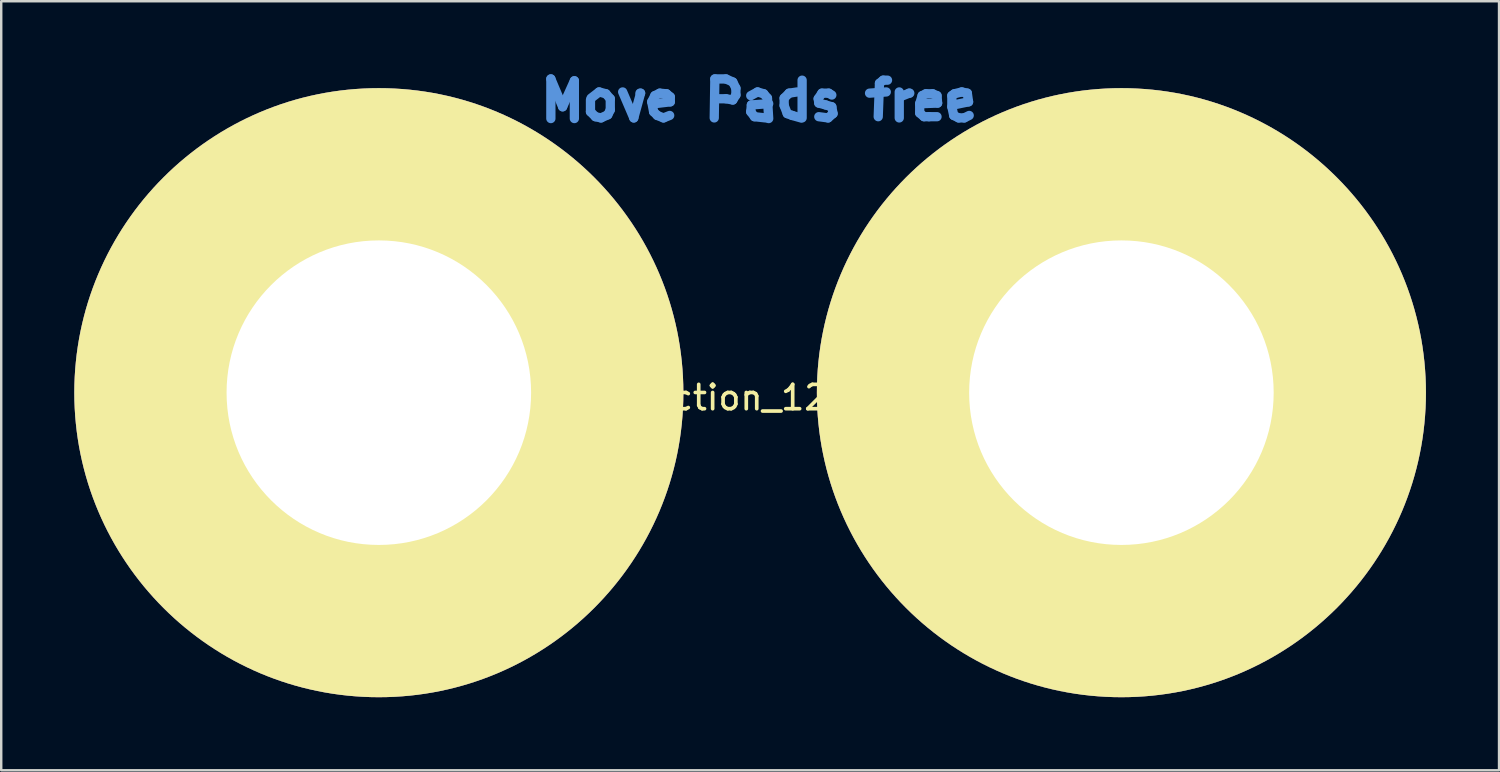
<source format=kicad_pcb>
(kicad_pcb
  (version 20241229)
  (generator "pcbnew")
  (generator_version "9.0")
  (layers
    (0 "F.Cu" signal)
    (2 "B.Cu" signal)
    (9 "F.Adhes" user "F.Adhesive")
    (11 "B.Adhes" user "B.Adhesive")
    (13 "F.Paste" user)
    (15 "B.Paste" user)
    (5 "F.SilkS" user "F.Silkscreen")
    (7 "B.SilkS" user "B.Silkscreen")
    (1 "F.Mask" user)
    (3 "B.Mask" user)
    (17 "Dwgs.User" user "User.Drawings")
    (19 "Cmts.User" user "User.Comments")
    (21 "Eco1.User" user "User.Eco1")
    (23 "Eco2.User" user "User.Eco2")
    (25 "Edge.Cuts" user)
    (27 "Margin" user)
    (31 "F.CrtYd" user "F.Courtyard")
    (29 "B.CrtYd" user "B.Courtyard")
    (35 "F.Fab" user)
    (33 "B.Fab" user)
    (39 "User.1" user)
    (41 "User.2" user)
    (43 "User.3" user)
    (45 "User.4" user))
  (footprint "WireConnection_12.5mmDrill"
    (layer "F.Cu")
    (at 27.74 13.068)
    (property "Reference" "WireConnection_12.5mmDrill" (at -0.229 0.203 0) (layer "F.SilkS") (effects (font (size 1 1) (thickness 0.15))))
    (attr through_hole)
    (fp_line (start -8.179 -12.878) (end -7.696 -11.735) (stroke (width 0.381) (type solid)) (layer "Cmts.User"))
    (fp_line (start -8.179 -11.252) (end -8.179 -12.878) (stroke (width 0.381) (type solid)) (layer "Cmts.User"))
    (fp_line (start -7.696 -11.735) (end -7.214 -12.802) (stroke (width 0.381) (type solid)) (layer "Cmts.User"))
    (fp_line (start -7.214 -12.802) (end -7.214 -11.252) (stroke (width 0.381) (type solid)) (layer "Cmts.User"))
    (fp_line (start -6.553 -12.014) (end -6.553 -11.532) (stroke (width 0.381) (type solid)) (layer "Cmts.User"))
    (fp_line (start -6.553 -11.532) (end -6.35 -11.328) (stroke (width 0.381) (type solid)) (layer "Cmts.User"))
    (fp_line (start -6.35 -11.328) (end -6.121 -11.278) (stroke (width 0.381) (type solid)) (layer "Cmts.User"))
    (fp_line (start -6.198 -12.344) (end -6.528 -12.09) (stroke (width 0.381) (type solid)) (layer "Cmts.User"))
    (fp_line (start -6.121 -11.278) (end -5.842 -11.405) (stroke (width 0.381) (type solid)) (layer "Cmts.User"))
    (fp_line (start -5.918 -12.268) (end -6.198 -12.344) (stroke (width 0.381) (type solid)) (layer "Cmts.User"))
    (fp_line (start -5.842 -11.405) (end -5.74 -11.608) (stroke (width 0.381) (type solid)) (layer "Cmts.User"))
    (fp_line (start -5.74 -12.065) (end -5.918 -12.268) (stroke (width 0.381) (type solid)) (layer "Cmts.User"))
    (fp_line (start -5.74 -11.608) (end -5.74 -12.065) (stroke (width 0.381) (type solid)) (layer "Cmts.User"))
    (fp_line (start -5.232 -12.344) (end -4.775 -11.278) (stroke (width 0.381) (type solid)) (layer "Cmts.User"))
    (fp_line (start -4.775 -11.278) (end -4.496 -12.294) (stroke (width 0.381) (type solid)) (layer "Cmts.User"))
    (fp_line (start -4.496 -12.294) (end -4.521 -12.294) (stroke (width 0.381) (type solid)) (layer "Cmts.User"))
    (fp_line (start -4.039 -11.938) (end -3.912 -12.192) (stroke (width 0.381) (type solid)) (layer "Cmts.User"))
    (fp_line (start -3.962 -11.532) (end -4.039 -11.938) (stroke (width 0.381) (type solid)) (layer "Cmts.User"))
    (fp_line (start -3.912 -12.192) (end -3.708 -12.294) (stroke (width 0.381) (type solid)) (layer "Cmts.User"))
    (fp_line (start -3.81 -11.379) (end -3.962 -11.532) (stroke (width 0.381) (type solid)) (layer "Cmts.User"))
    (fp_line (start -3.708 -12.294) (end -3.429 -12.268) (stroke (width 0.381) (type solid)) (layer "Cmts.User"))
    (fp_line (start -3.556 -11.278) (end -3.81 -11.379) (stroke (width 0.381) (type solid)) (layer "Cmts.User"))
    (fp_line (start -3.429 -12.268) (end -3.277 -12.141) (stroke (width 0.381) (type solid)) (layer "Cmts.User"))
    (fp_line (start -3.302 -11.379) (end -3.556 -11.278) (stroke (width 0.381) (type solid)) (layer "Cmts.User"))
    (fp_line (start -3.277 -12.141) (end -3.277 -11.938) (stroke (width 0.381) (type solid)) (layer "Cmts.User"))
    (fp_line (start -3.277 -11.938) (end -3.912 -11.862) (stroke (width 0.381) (type solid)) (layer "Cmts.User"))
    (fp_line (start -1.473 -11.278) (end -1.448 -12.878) (stroke (width 0.381) (type solid)) (layer "Cmts.User"))
    (fp_line (start -1.448 -12.878) (end -0.991 -12.878) (stroke (width 0.381) (type solid)) (layer "Cmts.User"))
    (fp_line (start -0.991 -12.878) (end -0.711 -12.751) (stroke (width 0.381) (type solid)) (layer "Cmts.User"))
    (fp_line (start -0.991 -12.065) (end -1.448 -12.065) (stroke (width 0.381) (type solid)) (layer "Cmts.User"))
    (fp_line (start -0.711 -12.751) (end -0.584 -12.497) (stroke (width 0.381) (type solid)) (layer "Cmts.User"))
    (fp_line (start -0.711 -12.014) (end -0.991 -12.065) (stroke (width 0.381) (type solid)) (layer "Cmts.User"))
    (fp_line (start -0.584 -12.497) (end -0.584 -12.217) (stroke (width 0.381) (type solid)) (layer "Cmts.User"))
    (fp_line (start -0.584 -12.217) (end -0.711 -12.014) (stroke (width 0.381) (type solid)) (layer "Cmts.User"))
    (fp_line (start 0.025 -12.192) (end 0.305 -12.344) (stroke (width 0.381) (type solid)) (layer "Cmts.User"))
    (fp_line (start 0.025 -11.532) (end 0.051 -11.811) (stroke (width 0.381) (type solid)) (layer "Cmts.User"))
    (fp_line (start 0.051 -11.811) (end 0.762 -11.862) (stroke (width 0.381) (type solid)) (layer "Cmts.User"))
    (fp_line (start 0.178 -11.328) (end 0.025 -11.532) (stroke (width 0.381) (type solid)) (layer "Cmts.User"))
    (fp_line (start 0.305 -12.344) (end 0.559 -12.268) (stroke (width 0.381) (type solid)) (layer "Cmts.User"))
    (fp_line (start 0.559 -12.268) (end 0.711 -12.09) (stroke (width 0.381) (type solid)) (layer "Cmts.User"))
    (fp_line (start 0.635 -11.278) (end 0.178 -11.328) (stroke (width 0.381) (type solid)) (layer "Cmts.User"))
    (fp_line (start 0.711 -12.09) (end 0.762 -11.252) (stroke (width 0.381) (type solid)) (layer "Cmts.User"))
    (fp_line (start 1.397 -12.09) (end 1.6 -12.294) (stroke (width 0.381) (type solid)) (layer "Cmts.User"))
    (fp_line (start 1.397 -11.786) (end 1.397 -12.09) (stroke (width 0.381) (type solid)) (layer "Cmts.User"))
    (fp_line (start 1.524 -11.455) (end 1.397 -11.786) (stroke (width 0.381) (type solid)) (layer "Cmts.User"))
    (fp_line (start 1.6 -12.294) (end 1.93 -12.344) (stroke (width 0.381) (type solid)) (layer "Cmts.User"))
    (fp_line (start 1.727 -11.379) (end 1.524 -11.455) (stroke (width 0.381) (type solid)) (layer "Cmts.User"))
    (fp_line (start 2.083 -11.278) (end 1.727 -11.379) (stroke (width 0.381) (type solid)) (layer "Cmts.User"))
    (fp_line (start 2.134 -12.827) (end 2.134 -11.278) (stroke (width 0.381) (type solid)) (layer "Cmts.User"))
    (fp_line (start 2.794 -12.065) (end 2.819 -11.887) (stroke (width 0.381) (type solid)) (layer "Cmts.User"))
    (fp_line (start 2.819 -11.887) (end 3.099 -11.811) (stroke (width 0.381) (type solid)) (layer "Cmts.User"))
    (fp_line (start 2.946 -12.294) (end 2.794 -12.065) (stroke (width 0.381) (type solid)) (layer "Cmts.User"))
    (fp_line (start 3.099 -11.811) (end 3.353 -11.735) (stroke (width 0.381) (type solid)) (layer "Cmts.User"))
    (fp_line (start 3.2 -11.278) (end 2.819 -11.328) (stroke (width 0.381) (type solid)) (layer "Cmts.User"))
    (fp_line (start 3.226 -12.294) (end 2.946 -12.294) (stroke (width 0.381) (type solid)) (layer "Cmts.User"))
    (fp_line (start 3.353 -12.217) (end 3.226 -12.294) (stroke (width 0.381) (type solid)) (layer "Cmts.User"))
    (fp_line (start 3.353 -11.735) (end 3.404 -11.455) (stroke (width 0.381) (type solid)) (layer "Cmts.User"))
    (fp_line (start 3.404 -11.455) (end 3.2 -11.278) (stroke (width 0.381) (type solid)) (layer "Cmts.User"))
    (fp_line (start 4.902 -12.294) (end 5.588 -12.344) (stroke (width 0.381) (type solid)) (layer "Cmts.User"))
    (fp_line (start 5.309 -12.7) (end 5.258 -11.328) (stroke (width 0.381) (type solid)) (layer "Cmts.User"))
    (fp_line (start 5.461 -12.827) (end 5.309 -12.7) (stroke (width 0.381) (type solid)) (layer "Cmts.User"))
    (fp_line (start 5.639 -12.827) (end 5.461 -12.827) (stroke (width 0.381) (type solid)) (layer "Cmts.User"))
    (fp_line (start 6.121 -12.344) (end 6.121 -11.278) (stroke (width 0.381) (type solid)) (layer "Cmts.User"))
    (fp_line (start 6.147 -12.141) (end 6.528 -12.294) (stroke (width 0.381) (type solid)) (layer "Cmts.User"))
    (fp_line (start 6.528 -12.294) (end 6.553 -12.294) (stroke (width 0.381) (type solid)) (layer "Cmts.User"))
    (fp_line (start 6.96 -11.862) (end 7.061 -12.192) (stroke (width 0.381) (type solid)) (layer "Cmts.User"))
    (fp_line (start 6.96 -11.481) (end 6.96 -11.862) (stroke (width 0.381) (type solid)) (layer "Cmts.User"))
    (fp_line (start 7.061 -12.192) (end 7.214 -12.268) (stroke (width 0.381) (type solid)) (layer "Cmts.User"))
    (fp_line (start 7.137 -11.328) (end 6.96 -11.481) (stroke (width 0.381) (type solid)) (layer "Cmts.User"))
    (fp_line (start 7.214 -12.268) (end 7.493 -12.268) (stroke (width 0.381) (type solid)) (layer "Cmts.User"))
    (fp_line (start 7.341 -11.328) (end 7.137 -11.328) (stroke (width 0.381) (type solid)) (layer "Cmts.User"))
    (fp_line (start 7.493 -12.268) (end 7.671 -12.192) (stroke (width 0.381) (type solid)) (layer "Cmts.User"))
    (fp_line (start 7.671 -12.192) (end 7.696 -11.887) (stroke (width 0.381) (type solid)) (layer "Cmts.User"))
    (fp_line (start 7.671 -11.328) (end 7.341 -11.328) (stroke (width 0.381) (type solid)) (layer "Cmts.User"))
    (fp_line (start 7.696 -11.887) (end 7.061 -11.862) (stroke (width 0.381) (type solid)) (layer "Cmts.User"))
    (fp_line (start 8.28 -12.192) (end 8.382 -12.268) (stroke (width 0.381) (type solid)) (layer "Cmts.User"))
    (fp_line (start 8.28 -11.735) (end 8.28 -12.192) (stroke (width 0.381) (type solid)) (layer "Cmts.User"))
    (fp_line (start 8.357 -11.811) (end 8.357 -11.862) (stroke (width 0.381) (type solid)) (layer "Cmts.User"))
    (fp_line (start 8.357 -11.379) (end 8.28 -11.735) (stroke (width 0.381) (type solid)) (layer "Cmts.User"))
    (fp_line (start 8.382 -12.268) (end 8.687 -12.344) (stroke (width 0.381) (type solid)) (layer "Cmts.User"))
    (fp_line (start 8.56 -11.278) (end 8.357 -11.379) (stroke (width 0.381) (type solid)) (layer "Cmts.User"))
    (fp_line (start 8.687 -12.344) (end 8.915 -12.294) (stroke (width 0.381) (type solid)) (layer "Cmts.User"))
    (fp_line (start 8.788 -11.278) (end 8.56 -11.278) (stroke (width 0.381) (type solid)) (layer "Cmts.User"))
    (fp_line (start 8.915 -12.294) (end 8.966 -11.938) (stroke (width 0.381) (type solid)) (layer "Cmts.User"))
    (fp_line (start 8.966 -11.938) (end 8.357 -11.811) (stroke (width 0.381) (type solid)) (layer "Cmts.User"))
    (fp_line (start 8.992 -11.379) (end 8.788 -11.278) (stroke (width 0.381) (type solid)) (layer "Cmts.User"))
    (pad "1" thru_hole circle (at -15.24 0) (size 25 25) (drill 12.5) (layers "*.Cu" "*.Mask" "F.SilkS"))
    (pad "2" thru_hole circle (at 15.24 0) (size 25 25) (drill 12.5) (layers "*.Cu" "*.Mask" "F.SilkS")))
  (gr_rect
    (start -3 -3)
    (end 58.48 28.568)
    (stroke (width 0.1) (type default))
    (fill no)
    (layer "Edge.Cuts")))
</source>
